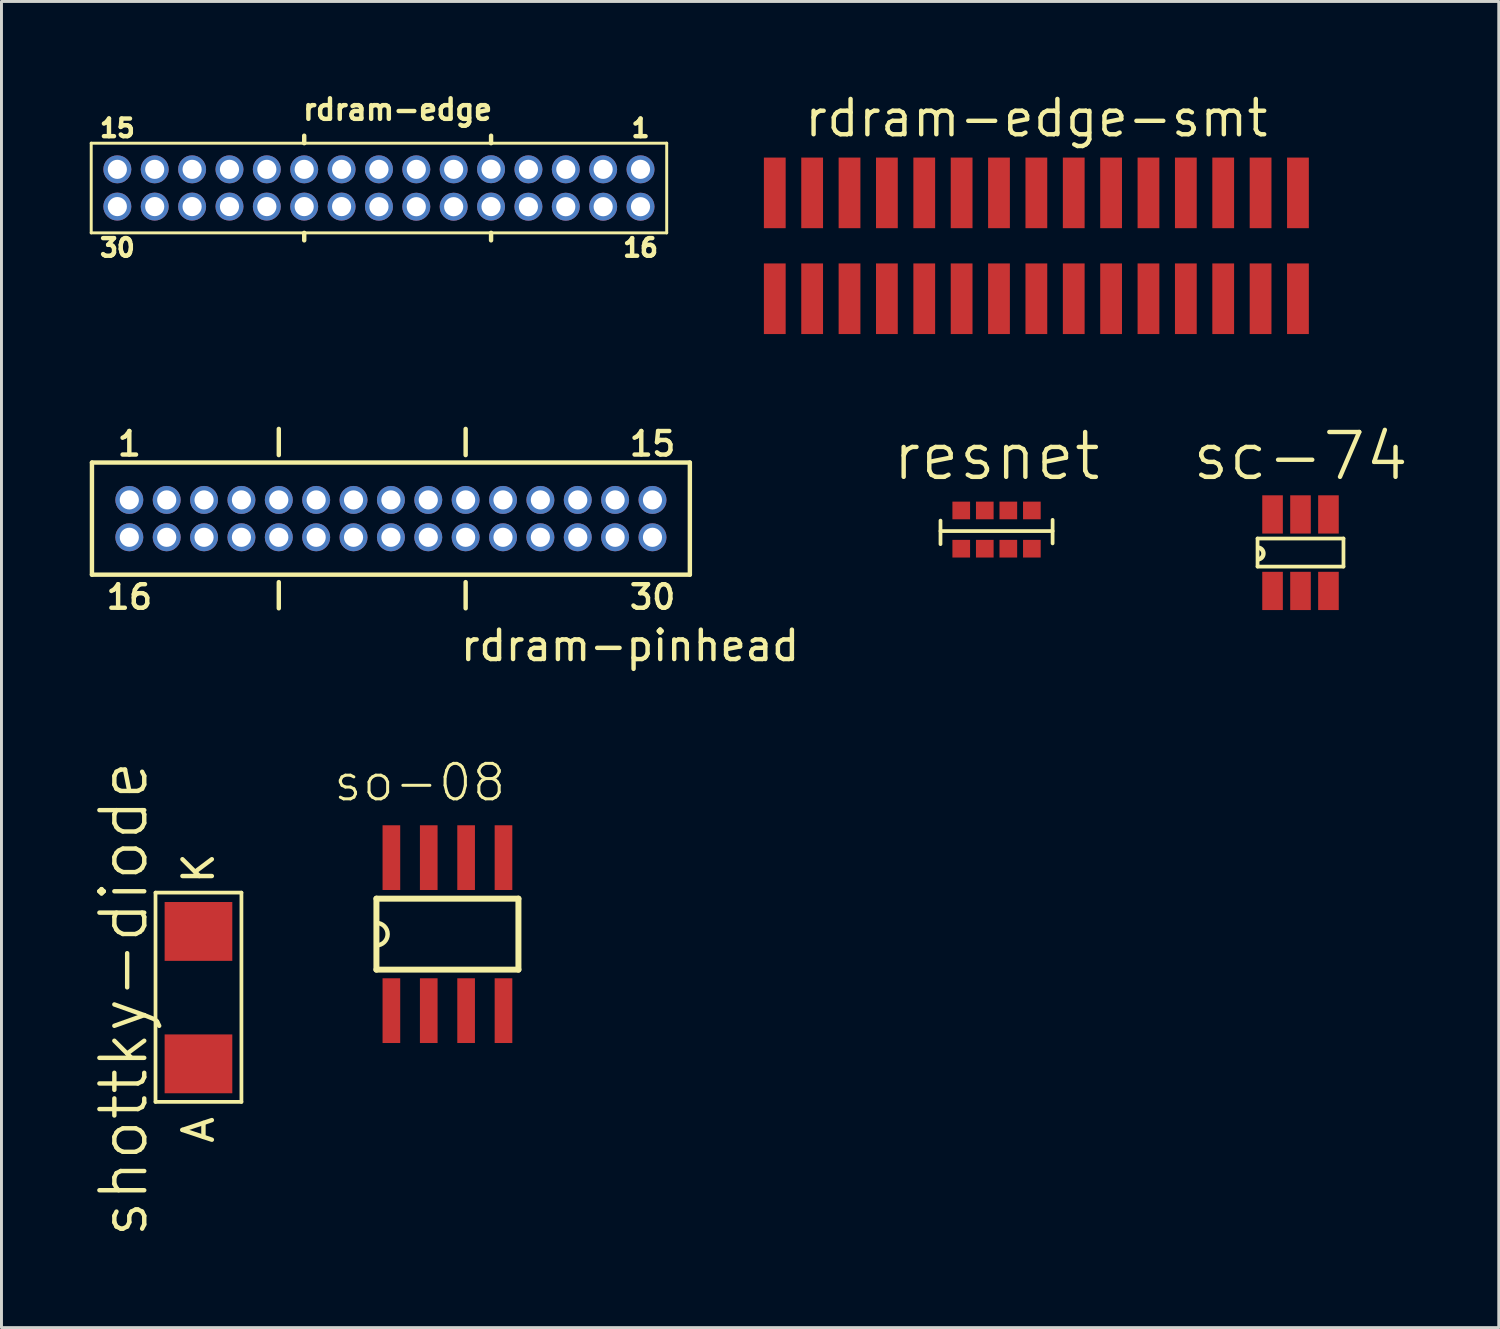
<source format=kicad_pcb>
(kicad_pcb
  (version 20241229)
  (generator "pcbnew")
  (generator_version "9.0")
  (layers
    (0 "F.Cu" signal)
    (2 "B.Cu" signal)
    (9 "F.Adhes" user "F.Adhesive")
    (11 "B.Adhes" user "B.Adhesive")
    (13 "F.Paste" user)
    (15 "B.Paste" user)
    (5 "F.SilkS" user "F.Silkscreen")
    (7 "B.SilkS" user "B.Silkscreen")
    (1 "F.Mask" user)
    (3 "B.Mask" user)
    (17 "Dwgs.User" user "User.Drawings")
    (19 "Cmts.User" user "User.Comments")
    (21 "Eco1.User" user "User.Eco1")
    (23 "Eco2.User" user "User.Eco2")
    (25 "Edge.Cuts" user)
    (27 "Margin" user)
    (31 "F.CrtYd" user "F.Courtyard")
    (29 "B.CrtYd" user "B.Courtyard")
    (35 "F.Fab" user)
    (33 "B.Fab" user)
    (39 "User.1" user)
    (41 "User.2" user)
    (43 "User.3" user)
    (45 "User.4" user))
  (footprint "shottky-diode"
    (layer "F.Cu")
    (at 3.695 30.905)
    (property "Reference" "shottky-diode" (at -2.54 0 90) (layer "F.SilkS") (effects (font (size 1.524 1.524) (thickness 0.15))))
    (attr through_hole)
    (fp_line (start -1.46 -3.619) (end 1.46 -3.619) (stroke (width 0.127) (type solid)) (layer "F.SilkS"))
    (fp_line (start -1.46 3.493) (end -1.46 -3.619) (stroke (width 0.127) (type solid)) (layer "F.SilkS"))
    (fp_line (start 1.46 -3.619) (end 1.46 3.493) (stroke (width 0.127) (type solid)) (layer "F.SilkS"))
    (fp_line (start 1.46 3.493) (end -1.46 3.493) (stroke (width 0.127) (type solid)) (layer "F.SilkS"))
    (fp_text user "K" (at 0 -4.445 90) (layer "F.SilkS") (effects (font (size 1 1) (thickness 0.15))))
    (fp_text user "A" (at 0 4.445 90) (layer "F.SilkS") (effects (font (size 1 1) (thickness 0.15))))
    (pad "+" smd rect (at -0.000063 2.2 90) (size 2 2.3) (layers "F.Cu" "F.Mask" "F.Paste"))
    (pad "-" smd rect (at -0.000063 -2.3 90) (size 2 2.3) (layers "F.Cu" "F.Mask" "F.Paste")))
  (footprint "resnet"
    (layer "F.Cu")
    (at 30.818 14.998)
    (property "Reference" "resnet" (at 0 -2.54 0) (layer "F.SilkS") (effects (font (size 1.524 1.524) (thickness 0.15))))
    (attr through_hole)
    (fp_line (start -1.905 0) (end 1.905 0) (stroke (width 0.127) (type solid)) (layer "F.SilkS"))
    (fp_line (start -1.905 0.445) (end -1.905 -0.355) (stroke (width 0.127) (type solid)) (layer "F.SilkS"))
    (fp_line (start 1.905 -0.381) (end 1.905 0.419) (stroke (width 0.127) (type solid)) (layer "F.SilkS"))
    (pad "1" smd rect (at -1.2 0.6) (size 0.6 0.6) (layers "F.Cu" "F.Mask" "F.Paste"))
    (pad "2" smd rect (at -0.4 0.6) (size 0.6 0.6) (layers "F.Cu" "F.Mask" "F.Paste"))
    (pad "3" smd rect (at 0.4 0.6) (size 0.6 0.6) (layers "F.Cu" "F.Mask" "F.Paste"))
    (pad "4" smd rect (at 1.2 0.6) (size 0.6 0.6) (layers "F.Cu" "F.Mask" "F.Paste"))
    (pad "5" smd rect (at 1.2 -0.7) (size 0.6 0.6) (layers "F.Cu" "F.Mask" "F.Paste"))
    (pad "6" smd rect (at 0.4 -0.7) (size 0.6 0.6) (layers "F.Cu" "F.Mask" "F.Paste"))
    (pad "7" smd rect (at -0.4 -0.7) (size 0.6 0.6) (layers "F.Cu" "F.Mask" "F.Paste"))
    (pad "8" smd rect (at -1.2 -0.7) (size 0.6 0.6) (layers "F.Cu" "F.Mask" "F.Paste")))
  (footprint "so-08"
    (layer "F.Cu")
    (at 12.156 28.697)
    (property "Reference" "so-08" (at -3.937 -4.445 180) (layer "F.SilkS") (effects (font (size 1.206 1.206) (thickness 0.102)) (justify left bottom)))
    (attr through_hole)
    (fp_line (start -2.413 -1.206) (end 2.413 -1.206) (stroke (width 0.203) (type solid)) (layer "F.SilkS"))
    (fp_line (start -2.413 1.206) (end -2.413 -1.206) (stroke (width 0.203) (type solid)) (layer "F.SilkS"))
    (fp_line (start 2.413 -1.206) (end 2.413 1.206) (stroke (width 0.203) (type solid)) (layer "F.SilkS"))
    (fp_line (start 2.413 1.206) (end -2.413 1.206) (stroke (width 0.203) (type solid)) (layer "F.SilkS"))
    (fp_arc (start -2.413 -0.381) (mid -2.032 0) (end -2.413 0.381) (stroke (width 0.15) (type solid)) (layer "F.SilkS"))
    (pad "1" smd rect (at -1.905 2.6) (size 0.6 2.2) (layers "F.Cu" "F.Mask" "F.Paste"))
    (pad "2" smd rect (at -0.635 2.6) (size 0.6 2.2) (layers "F.Cu" "F.Mask" "F.Paste"))
    (pad "3" smd rect (at 0.635 2.6) (size 0.6 2.2) (layers "F.Cu" "F.Mask" "F.Paste"))
    (pad "4" smd rect (at 1.905 2.6) (size 0.6 2.2) (layers "F.Cu" "F.Mask" "F.Paste"))
    (pad "5" smd rect (at 1.905 -2.6) (size 0.6 2.2) (layers "F.Cu" "F.Mask" "F.Paste"))
    (pad "6" smd rect (at 0.635 -2.6) (size 0.6 2.2) (layers "F.Cu" "F.Mask" "F.Paste"))
    (pad "7" smd rect (at -0.635 -2.6) (size 0.6 2.2) (layers "F.Cu" "F.Mask" "F.Paste"))
    (pad "8" smd rect (at -1.905 -2.6) (size 0.6 2.2) (layers "F.Cu" "F.Mask" "F.Paste")))
  (footprint "sc-74"
    (layer "F.Cu")
    (at 41.148 15.633)
    (property "Reference" "sc-74" (at 0 -3.175 0) (layer "F.SilkS") (effects (font (size 1.524 1.524) (thickness 0.15))))
    (attr through_hole)
    (fp_line (start -1.46 -0.381) (end 1.46 -0.381) (stroke (width 0.127) (type solid)) (layer "F.SilkS"))
    (fp_line (start -1.46 0.572) (end -1.46 -0.381) (stroke (width 0.127) (type solid)) (layer "F.SilkS"))
    (fp_line (start 1.46 -0.381) (end 1.46 0.572) (stroke (width 0.127) (type solid)) (layer "F.SilkS"))
    (fp_line (start 1.46 0.572) (end -1.46 0.572) (stroke (width 0.127) (type solid)) (layer "F.SilkS"))
    (fp_arc (start -1.397 -0.0635) (mid -1.260083 0.139477) (end -1.421119 0.323905) (stroke (width 0.15) (type solid)) (layer "F.SilkS"))
    (pad "1" smd rect (at -0.95 1.4) (size 0.7 1.3) (layers "F.Cu" "F.Mask" "F.Paste"))
    (pad "2" smd rect (at -0.000063 1.4) (size 0.7 1.3) (layers "F.Cu" "F.Mask" "F.Paste"))
    (pad "3" smd rect (at 0.95 1.4) (size 0.7 1.3) (layers "F.Cu" "F.Mask" "F.Paste"))
    (pad "4" smd rect (at 0.95 -1.2) (size 0.7 1.3) (layers "F.Cu" "F.Mask" "F.Paste"))
    (pad "5" smd rect (at -0.000063 -1.2) (size 0.7 1.3) (layers "F.Cu" "F.Mask" "F.Paste"))
    (pad "6" smd rect (at -0.95 -1.2) (size 0.7 1.3) (layers "F.Cu" "F.Mask" "F.Paste")))
  (footprint "rdram-pinhead"
    (layer "F.Cu")
    (at 1.345 13.94)
    (property "Reference" "rdram-pinhead" (at 17.018 4.953 0) (layer "F.SilkS") (effects (font (size 1 1) (thickness 0.15))))
    (attr through_hole)
    (fp_line (start -1.27 2.54) (end -1.27 -1.27) (stroke (width 0.15) (type solid)) (layer "F.SilkS"))
    (fp_line (start -1.27 2.54) (end 19.05 2.54) (stroke (width 0.15) (type solid)) (layer "F.SilkS"))
    (fp_line (start 5.08 -2.413) (end 5.08 -1.524) (stroke (width 0.15) (type solid)) (layer "F.SilkS"))
    (fp_line (start 5.08 2.794) (end 5.08 3.683) (stroke (width 0.15) (type solid)) (layer "F.SilkS"))
    (fp_line (start 11.43 -2.413) (end 11.43 -1.524) (stroke (width 0.15) (type solid)) (layer "F.SilkS"))
    (fp_line (start 11.43 2.794) (end 11.43 3.683) (stroke (width 0.15) (type solid)) (layer "F.SilkS"))
    (fp_line (start 19.05 -1.27) (end -1.27 -1.27) (stroke (width 0.15) (type solid)) (layer "F.SilkS"))
    (fp_line (start 19.05 -1.27) (end 19.05 2.54) (stroke (width 0.15) (type solid)) (layer "F.SilkS"))
    (fp_text user "30" (at 17.78 3.302 0) (layer "F.SilkS") (effects (font (size 0.8 0.8) (thickness 0.15))))
    (fp_text user "15" (at 17.78 -1.905 0) (layer "F.SilkS") (effects (font (size 0.8 0.8) (thickness 0.15))))
    (fp_text user "16" (at 0 3.302 0) (layer "F.SilkS") (effects (font (size 0.8 0.8) (thickness 0.15))))
    (fp_text user "1" (at 0 -1.905 0) (layer "F.SilkS") (effects (font (size 0.8 0.8) (thickness 0.15))))
    (pad "1" thru_hole circle (at 0 0) (size 0.95 0.95) (drill 0.65) (layers "*.Cu" "*.Mask"))
    (pad "2" thru_hole circle (at 1.27 0) (size 0.95 0.95) (drill 0.65) (layers "*.Cu" "*.Mask"))
    (pad "3" thru_hole circle (at 2.54 0) (size 0.95 0.95) (drill 0.65) (layers "*.Cu" "*.Mask"))
    (pad "4" thru_hole circle (at 3.81 0) (size 0.95 0.95) (drill 0.65) (layers "*.Cu" "*.Mask"))
    (pad "5" thru_hole circle (at 5.08 0) (size 0.95 0.95) (drill 0.65) (layers "*.Cu" "*.Mask"))
    (pad "6" thru_hole circle (at 6.35 0) (size 0.95 0.95) (drill 0.65) (layers "*.Cu" "*.Mask"))
    (pad "7" thru_hole circle (at 7.62 0) (size 0.95 0.95) (drill 0.65) (layers "*.Cu" "*.Mask"))
    (pad "8" thru_hole circle (at 8.89 0) (size 0.95 0.95) (drill 0.65) (layers "*.Cu" "*.Mask"))
    (pad "9" thru_hole circle (at 10.16 0) (size 0.95 0.95) (drill 0.65) (layers "*.Cu" "*.Mask"))
    (pad "10" thru_hole circle (at 11.43 0) (size 0.95 0.95) (drill 0.65) (layers "*.Cu" "*.Mask"))
    (pad "11" thru_hole circle (at 12.7 0) (size 0.95 0.95) (drill 0.65) (layers "*.Cu" "*.Mask"))
    (pad "12" thru_hole circle (at 13.97 0) (size 0.95 0.95) (drill 0.65) (layers "*.Cu" "*.Mask"))
    (pad "13" thru_hole circle (at 15.24 0) (size 0.95 0.95) (drill 0.65) (layers "*.Cu" "*.Mask"))
    (pad "14" thru_hole circle (at 16.51 0) (size 0.95 0.95) (drill 0.65) (layers "*.Cu" "*.Mask"))
    (pad "15" thru_hole circle (at 17.78 0) (size 0.95 0.95) (drill 0.65) (layers "*.Cu" "*.Mask"))
    (pad "16" thru_hole circle (at 0 1.27) (size 0.95 0.95) (drill 0.65) (layers "*.Cu" "*.Mask"))
    (pad "17" thru_hole circle (at 1.27 1.27) (size 0.95 0.95) (drill 0.65) (layers "*.Cu" "*.Mask"))
    (pad "18" thru_hole circle (at 2.54 1.27) (size 0.95 0.95) (drill 0.65) (layers "*.Cu" "*.Mask"))
    (pad "19" thru_hole circle (at 3.81 1.27) (size 0.95 0.95) (drill 0.65) (layers "*.Cu" "*.Mask"))
    (pad "20" thru_hole circle (at 5.08 1.27) (size 0.95 0.95) (drill 0.65) (layers "*.Cu" "*.Mask"))
    (pad "21" thru_hole circle (at 6.35 1.27) (size 0.95 0.95) (drill 0.65) (layers "*.Cu" "*.Mask"))
    (pad "22" thru_hole circle (at 7.62 1.27) (size 0.95 0.95) (drill 0.65) (layers "*.Cu" "*.Mask"))
    (pad "23" thru_hole circle (at 8.89 1.27) (size 0.95 0.95) (drill 0.65) (layers "*.Cu" "*.Mask"))
    (pad "24" thru_hole circle (at 10.16 1.27) (size 0.95 0.95) (drill 0.65) (layers "*.Cu" "*.Mask"))
    (pad "25" thru_hole circle (at 11.43 1.27) (size 0.95 0.95) (drill 0.65) (layers "*.Cu" "*.Mask"))
    (pad "26" thru_hole circle (at 12.7 1.27) (size 0.95 0.95) (drill 0.65) (layers "*.Cu" "*.Mask"))
    (pad "27" thru_hole circle (at 13.97 1.27) (size 0.95 0.95) (drill 0.65) (layers "*.Cu" "*.Mask"))
    (pad "28" thru_hole circle (at 15.24 1.27) (size 0.95 0.95) (drill 0.65) (layers "*.Cu" "*.Mask"))
    (pad "29" thru_hole circle (at 16.51 1.27) (size 0.95 0.95) (drill 0.65) (layers "*.Cu" "*.Mask"))
    (pad "30" thru_hole circle (at 17.78 1.27) (size 0.95 0.95) (drill 0.65) (layers "*.Cu" "*.Mask")))
  (footprint "rdram-edge"
    (layer "F.Cu")
    (at 18.719 2.705)
    (property "Reference" "rdram-edge" (at -8.255 -2.032 0) (layer "F.SilkS") (effects (font (size 0.7 0.7) (thickness 0.15))))
    (attr through_hole)
    (fp_line (start -18.669 -0.889) (end -18.669 2.159) (stroke (width 0.1) (type solid)) (layer "F.SilkS"))
    (fp_line (start -18.669 -0.889) (end 0.889 -0.889) (stroke (width 0.1) (type solid)) (layer "F.SilkS"))
    (fp_line (start -18.669 2.159) (end 0.889 2.159) (stroke (width 0.1) (type solid)) (layer "F.SilkS"))
    (fp_line (start -11.43 -0.889) (end -11.43 -1.143) (stroke (width 0.15) (type solid)) (layer "F.SilkS"))
    (fp_line (start -11.43 2.413) (end -11.43 2.159) (stroke (width 0.15) (type solid)) (layer "F.SilkS"))
    (fp_line (start -5.08 -0.889) (end -5.08 -1.143) (stroke (width 0.15) (type solid)) (layer "F.SilkS"))
    (fp_line (start -5.08 2.413) (end -5.08 2.159) (stroke (width 0.15) (type solid)) (layer "F.SilkS"))
    (fp_line (start 0.889 -0.889) (end 0.889 2.159) (stroke (width 0.1) (type solid)) (layer "F.SilkS"))
    (fp_text user "1" (at 0 -1.397 180) (layer "F.SilkS") (effects (font (size 0.6 0.6) (thickness 0.15))))
    (fp_text user "30" (at -17.78 2.667 180) (layer "F.SilkS") (effects (font (size 0.6 0.6) (thickness 0.15))))
    (fp_text user "15" (at -17.78 -1.397 180) (layer "F.SilkS") (effects (font (size 0.6 0.6) (thickness 0.15))))
    (fp_text user "16" (at 0 2.667 180) (layer "F.SilkS") (effects (font (size 0.6 0.6) (thickness 0.15))))
    (pad "1" thru_hole circle (at -0.001 0 180) (size 0.95 0.95) (drill 0.65) (layers "*.Cu" "*.Mask"))
    (pad "2" thru_hole circle (at -1.271 0 180) (size 0.95 0.95) (drill 0.65) (layers "*.Cu" "*.Mask"))
    (pad "3" thru_hole circle (at -2.54 0 180) (size 0.95 0.95) (drill 0.65) (layers "*.Cu" "*.Mask"))
    (pad "4" thru_hole circle (at -3.81 0 180) (size 0.95 0.95) (drill 0.65) (layers "*.Cu" "*.Mask"))
    (pad "5" thru_hole circle (at -5.081 -0.004 180) (size 0.95 0.95) (drill 0.65) (layers "*.Cu" "*.Mask"))
    (pad "6" thru_hole circle (at -6.351 0 180) (size 0.95 0.95) (drill 0.65) (layers "*.Cu" "*.Mask"))
    (pad "7" thru_hole circle (at -7.621 0 180) (size 0.95 0.95) (drill 0.65) (layers "*.Cu" "*.Mask"))
    (pad "8" thru_hole circle (at -8.89 0 180) (size 0.95 0.95) (drill 0.65) (layers "*.Cu" "*.Mask"))
    (pad "9" thru_hole circle (at -10.16 0 180) (size 0.95 0.95) (drill 0.65) (layers "*.Cu" "*.Mask"))
    (pad "10" thru_hole circle (at -11.431 0 180) (size 0.95 0.95) (drill 0.65) (layers "*.Cu" "*.Mask"))
    (pad "11" thru_hole circle (at -12.701 0 180) (size 0.95 0.95) (drill 0.65) (layers "*.Cu" "*.Mask"))
    (pad "12" thru_hole circle (at -13.97 0 180) (size 0.95 0.95) (drill 0.65) (layers "*.Cu" "*.Mask"))
    (pad "13" thru_hole circle (at -15.24 0 180) (size 0.95 0.95) (drill 0.65) (layers "*.Cu" "*.Mask"))
    (pad "14" thru_hole circle (at -16.511 0 180) (size 0.95 0.95) (drill 0.65) (layers "*.Cu" "*.Mask"))
    (pad "15" thru_hole circle (at -17.781 0 180) (size 0.95 0.95) (drill 0.65) (layers "*.Cu" "*.Mask"))
    (pad "16" thru_hole circle (at -0.001 1.27 180) (size 0.95 0.95) (drill 0.65) (layers "*.Cu" "*.Mask"))
    (pad "17" thru_hole circle (at -1.27 1.27 180) (size 0.95 0.95) (drill 0.65) (layers "*.Cu" "*.Mask"))
    (pad "18" thru_hole circle (at -2.541 1.27 180) (size 0.95 0.95) (drill 0.65) (layers "*.Cu" "*.Mask"))
    (pad "19" thru_hole circle (at -3.811 1.27 180) (size 0.95 0.95) (drill 0.65) (layers "*.Cu" "*.Mask"))
    (pad "20" thru_hole circle (at -5.081 1.266 180) (size 0.95 0.95) (drill 0.65) (layers "*.Cu" "*.Mask"))
    (pad "21" thru_hole circle (at -6.351 1.27 180) (size 0.95 0.95) (drill 0.65) (layers "*.Cu" "*.Mask"))
    (pad "22" thru_hole circle (at -7.621 1.27 180) (size 0.95 0.95) (drill 0.65) (layers "*.Cu" "*.Mask"))
    (pad "23" thru_hole circle (at -8.89 1.27 180) (size 0.95 0.95) (drill 0.65) (layers "*.Cu" "*.Mask"))
    (pad "24" thru_hole circle (at -10.16 1.266 180) (size 0.95 0.95) (drill 0.65) (layers "*.Cu" "*.Mask"))
    (pad "25" thru_hole circle (at -11.431 1.266 180) (size 0.95 0.95) (drill 0.65) (layers "*.Cu" "*.Mask"))
    (pad "26" thru_hole circle (at -12.701 1.266 180) (size 0.95 0.95) (drill 0.65) (layers "*.Cu" "*.Mask"))
    (pad "27" thru_hole circle (at -13.97 1.266 180) (size 0.95 0.95) (drill 0.65) (layers "*.Cu" "*.Mask"))
    (pad "28" thru_hole circle (at -15.24 1.266 180) (size 0.95 0.95) (drill 0.65) (layers "*.Cu" "*.Mask"))
    (pad "29" thru_hole circle (at -16.511 1.266 180) (size 0.95 0.95) (drill 0.65) (layers "*.Cu" "*.Mask"))
    (pad "30" thru_hole circle (at -17.781 1.266 180) (size 0.95 0.95) (drill 0.65) (layers "*.Cu" "*.Mask")))
  (footprint "rdram-edge-smt"
    (layer "F.Cu")
    (at 22.908 2.306)
    (property "Reference" "rdram-edge-smt" (at 9.263 -1.341 0) (layer "F.SilkS") (effects (font (size 1.2 1.2) (thickness 0.15))))
    (attr through_hole)
    (pad "1" smd rect (at 0.373 1.199) (size 0.74 2.4) (layers "F.Cu" "F.Mask" "F.Paste"))
    (pad "2" smd rect (at 1.643 1.199) (size 0.74 2.4) (layers "F.Cu" "F.Mask" "F.Paste"))
    (pad "3" smd rect (at 2.913 1.199) (size 0.74 2.4) (layers "F.Cu" "F.Mask" "F.Paste"))
    (pad "4" smd rect (at 4.183 1.199) (size 0.74 2.4) (layers "F.Cu" "F.Mask" "F.Paste"))
    (pad "5" smd rect (at 5.453 1.199) (size 0.74 2.4) (layers "F.Cu" "F.Mask" "F.Paste"))
    (pad "6" smd rect (at 6.723 1.199) (size 0.74 2.4) (layers "F.Cu" "F.Mask" "F.Paste"))
    (pad "7" smd rect (at 7.993 1.199) (size 0.74 2.4) (layers "F.Cu" "F.Mask" "F.Paste"))
    (pad "8" smd rect (at 9.263 1.199) (size 0.74 2.4) (layers "F.Cu" "F.Mask" "F.Paste"))
    (pad "9" smd rect (at 10.533 1.199) (size 0.74 2.4) (layers "F.Cu" "F.Mask" "F.Paste"))
    (pad "10" smd rect (at 11.803 1.199) (size 0.74 2.4) (layers "F.Cu" "F.Mask" "F.Paste"))
    (pad "11" smd rect (at 13.073 1.199) (size 0.74 2.4) (layers "F.Cu" "F.Mask" "F.Paste"))
    (pad "12" smd rect (at 14.343 1.199) (size 0.74 2.4) (layers "F.Cu" "F.Mask" "F.Paste"))
    (pad "13" smd rect (at 15.613 1.199) (size 0.74 2.4) (layers "F.Cu" "F.Mask" "F.Paste"))
    (pad "14" smd rect (at 16.883 1.199) (size 0.74 2.4) (layers "F.Cu" "F.Mask" "F.Paste"))
    (pad "15" smd rect (at 18.153 1.199) (size 0.74 2.4) (layers "F.Cu" "F.Mask" "F.Paste"))
    (pad "16" smd rect (at 18.153 4.797 180) (size 0.74 2.4) (layers "F.Cu" "F.Mask" "F.Paste"))
    (pad "17" smd rect (at 16.883 4.797 180) (size 0.74 2.4) (layers "F.Cu" "F.Mask" "F.Paste"))
    (pad "18" smd rect (at 15.613 4.797 180) (size 0.74 2.4) (layers "F.Cu" "F.Mask" "F.Paste"))
    (pad "19" smd rect (at 14.343 4.797 180) (size 0.74 2.4) (layers "F.Cu" "F.Mask" "F.Paste"))
    (pad "20" smd rect (at 13.073 4.797 180) (size 0.74 2.4) (layers "F.Cu" "F.Mask" "F.Paste"))
    (pad "21" smd rect (at 11.803 4.797 180) (size 0.74 2.4) (layers "F.Cu" "F.Mask" "F.Paste"))
    (pad "22" smd rect (at 10.533 4.797 180) (size 0.74 2.4) (layers "F.Cu" "F.Mask" "F.Paste"))
    (pad "23" smd rect (at 9.263 4.797 180) (size 0.74 2.4) (layers "F.Cu" "F.Mask" "F.Paste"))
    (pad "24" smd rect (at 7.993 4.797 180) (size 0.74 2.4) (layers "F.Cu" "F.Mask" "F.Paste"))
    (pad "25" smd rect (at 6.723 4.797 180) (size 0.74 2.4) (layers "F.Cu" "F.Mask" "F.Paste"))
    (pad "26" smd rect (at 5.453 4.797 180) (size 0.74 2.4) (layers "F.Cu" "F.Mask" "F.Paste"))
    (pad "27" smd rect (at 4.183 4.797 180) (size 0.74 2.4) (layers "F.Cu" "F.Mask" "F.Paste"))
    (pad "28" smd rect (at 2.913 4.797 180) (size 0.74 2.4) (layers "F.Cu" "F.Mask" "F.Paste"))
    (pad "29" smd rect (at 1.643 4.797 180) (size 0.74 2.4) (layers "F.Cu" "F.Mask" "F.Paste"))
    (pad "30" smd rect (at 0.373 4.797 180) (size 0.74 2.4) (layers "F.Cu" "F.Mask" "F.Paste")))
  (gr_rect
    (start -3 -3)
    (end 47.886 42.069)
    (stroke (width 0.1) (type default))
    (fill no)
    (layer "Edge.Cuts")))
</source>
